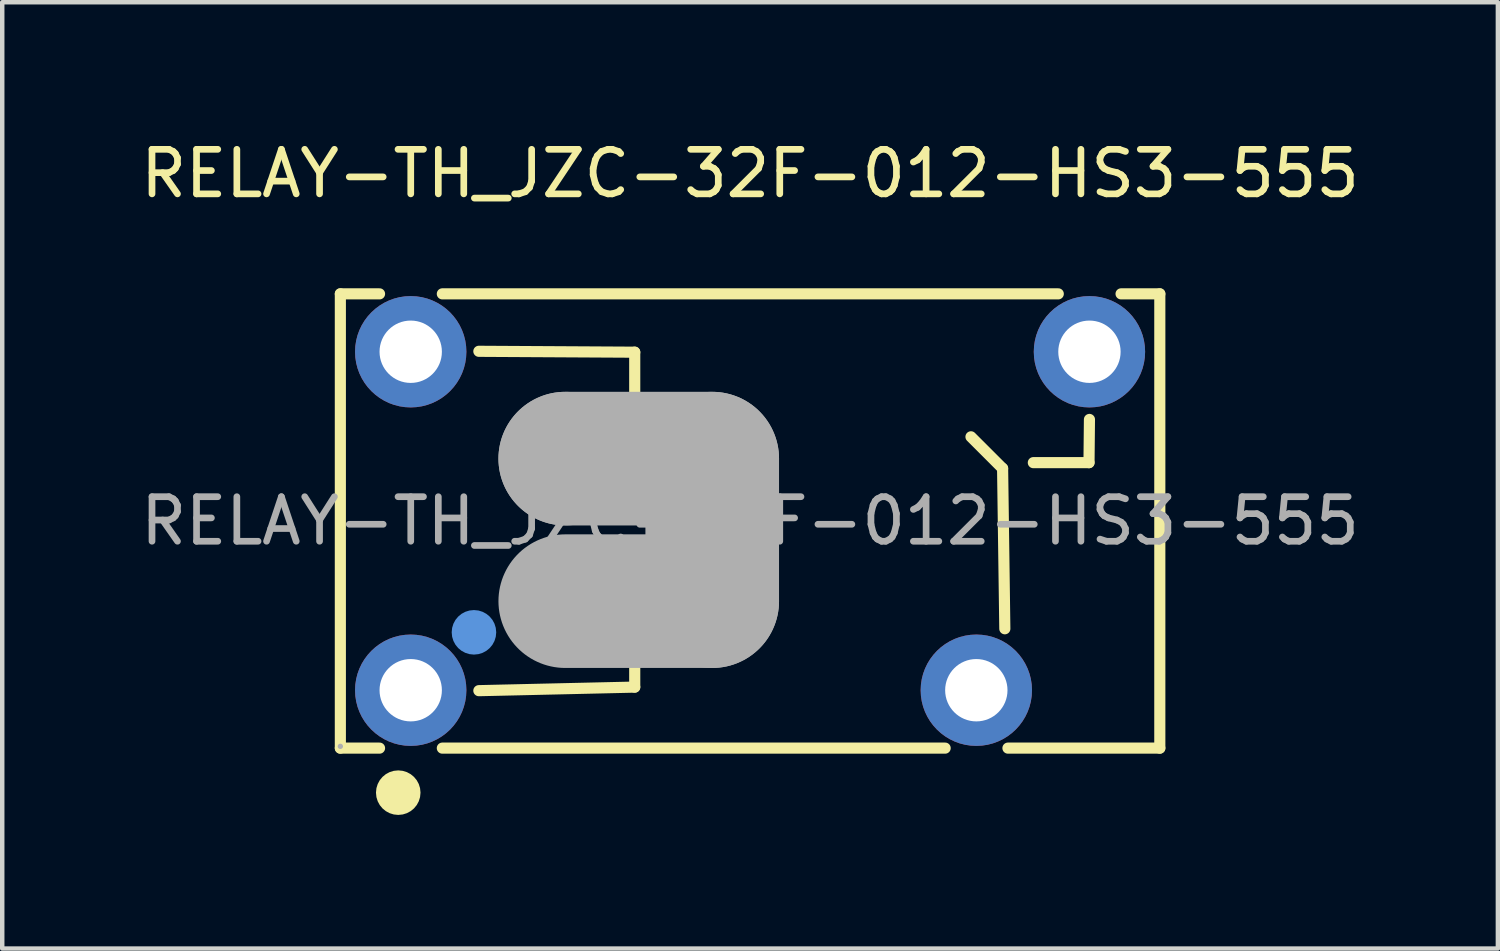
<source format=kicad_pcb>
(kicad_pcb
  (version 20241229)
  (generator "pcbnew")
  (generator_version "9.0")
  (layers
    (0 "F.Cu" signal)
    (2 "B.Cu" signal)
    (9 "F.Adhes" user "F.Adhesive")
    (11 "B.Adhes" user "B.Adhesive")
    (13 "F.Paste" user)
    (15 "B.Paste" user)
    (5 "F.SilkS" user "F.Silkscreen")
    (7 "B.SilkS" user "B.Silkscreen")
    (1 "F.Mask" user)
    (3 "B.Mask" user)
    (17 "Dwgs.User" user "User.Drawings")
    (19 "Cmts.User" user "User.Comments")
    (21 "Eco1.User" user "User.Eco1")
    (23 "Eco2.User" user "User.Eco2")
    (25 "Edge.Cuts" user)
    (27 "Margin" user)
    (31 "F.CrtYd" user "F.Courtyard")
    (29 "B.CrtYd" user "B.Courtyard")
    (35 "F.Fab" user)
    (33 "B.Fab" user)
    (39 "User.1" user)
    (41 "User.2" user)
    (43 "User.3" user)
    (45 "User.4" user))
  (footprint "RELAY-TH_JZC-32F-012-HS3-555"
    (layer "F.Cu")
    (at 13.792 8.648)
    (property "Reference" "RELAY-TH_JZC-32F-012-HS3-555" (at 0 -7.8 0) (layer "F.SilkS") (effects (font (size 1 1) (thickness 0.15))))
    (attr through_hole)
    (fp_line (start -9.2 -5.1) (end -9.2 5.1) (stroke (width 0.25) (type solid)) (layer "F.SilkS"))
    (fp_line (start -9.2 5.1) (end -8.32 5.1) (stroke (width 0.25) (type solid)) (layer "F.SilkS"))
    (fp_line (start -8.32 -5.1) (end -9.2 -5.1) (stroke (width 0.25) (type solid)) (layer "F.SilkS"))
    (fp_line (start -6.91 5.1) (end 4.38 5.1) (stroke (width 0.25) (type solid)) (layer "F.SilkS"))
    (fp_line (start -6.09 -3.81) (end -2.59 -3.79) (stroke (width 0.25) (type solid)) (layer "F.SilkS"))
    (fp_line (start -2.59 -3.79) (end -2.59 -1.39) (stroke (width 0.25) (type solid)) (layer "F.SilkS"))
    (fp_line (start -2.59 3.73) (end -6.09 3.81) (stroke (width 0.25) (type solid)) (layer "F.SilkS"))
    (fp_line (start -2.59 3.73) (end -2.59 1.85) (stroke (width 0.25) (type solid)) (layer "F.SilkS"))
    (fp_line (start 5.67 -1.18) (end 4.96 -1.89) (stroke (width 0.25) (type solid)) (layer "F.SilkS"))
    (fp_line (start 5.72 2.42) (end 5.67 -1.18) (stroke (width 0.25) (type solid)) (layer "F.SilkS"))
    (fp_line (start 5.79 5.1) (end 9.2 5.1) (stroke (width 0.25) (type solid)) (layer "F.SilkS"))
    (fp_line (start 6.92 -5.1) (end -6.91 -5.1) (stroke (width 0.25) (type solid)) (layer "F.SilkS"))
    (fp_line (start 7.61 -1.31) (end 6.36 -1.31) (stroke (width 0.25) (type solid)) (layer "F.SilkS"))
    (fp_line (start 7.62 -2.28) (end 7.61 -1.31) (stroke (width 0.25) (type solid)) (layer "F.SilkS"))
    (fp_line (start 9.2 -5.1) (end 8.33 -5.1) (stroke (width 0.25) (type solid)) (layer "F.SilkS"))
    (fp_line (start 9.2 5.1) (end 9.2 -5.1) (stroke (width 0.25) (type solid)) (layer "F.SilkS"))
    (fp_circle (center -7.9 6.1) (end -7.65 6.1) (stroke (width 0.5) (type solid)) (fill no) (layer "F.SilkS"))
    (fp_circle (center -6.2 2.5) (end -5.95 2.5) (stroke (width 0.5) (type solid)) (fill no) (layer "Cmts.User"))
    (fp_line (start -4.15 -1.4) (end -4.15 -1.4) (stroke (width 3) (type solid)) (layer "F.Fab"))
    (fp_line (start -4.15 -1.4) (end -0.85 -1.4) (stroke (width 3) (type solid)) (layer "F.Fab"))
    (fp_line (start -0.85 -1.4) (end -0.85 1.8) (stroke (width 3) (type solid)) (layer "F.Fab"))
    (fp_line (start -0.85 1.8) (end -4.15 1.8) (stroke (width 3) (type solid)) (layer "F.Fab"))
    (fp_circle (center -9.2 5.06) (end -9.17 5.06) (stroke (width 0.06) (type solid)) (fill no) (layer "F.Fab"))
    (fp_text user "${REFERENCE}" (at 0 0 0) (layer "F.Fab") (effects (font (size 1 1) (thickness 0.15))))
    (pad "1" thru_hole circle (at -7.62 3.8) (size 2.5 2.5) (drill 1.4) (layers "*.Cu" "*.Mask"))
    (pad "2" thru_hole circle (at -7.62 -3.8) (size 2.5 2.5) (drill 1.4) (layers "*.Cu" "*.Mask"))
    (pad "3" thru_hole circle (at 7.62 -3.8) (size 2.5 2.5) (drill 1.4) (layers "*.Cu" "*.Mask"))
    (pad "4" thru_hole circle (at 5.08 3.8) (size 2.5 2.5) (drill 1.4) (layers "*.Cu" "*.Mask")))
  (gr_rect
    (start -3 -3)
    (end 30.583 18.248)
    (stroke (width 0.1) (type default))
    (fill no)
    (layer "Edge.Cuts")))
</source>
